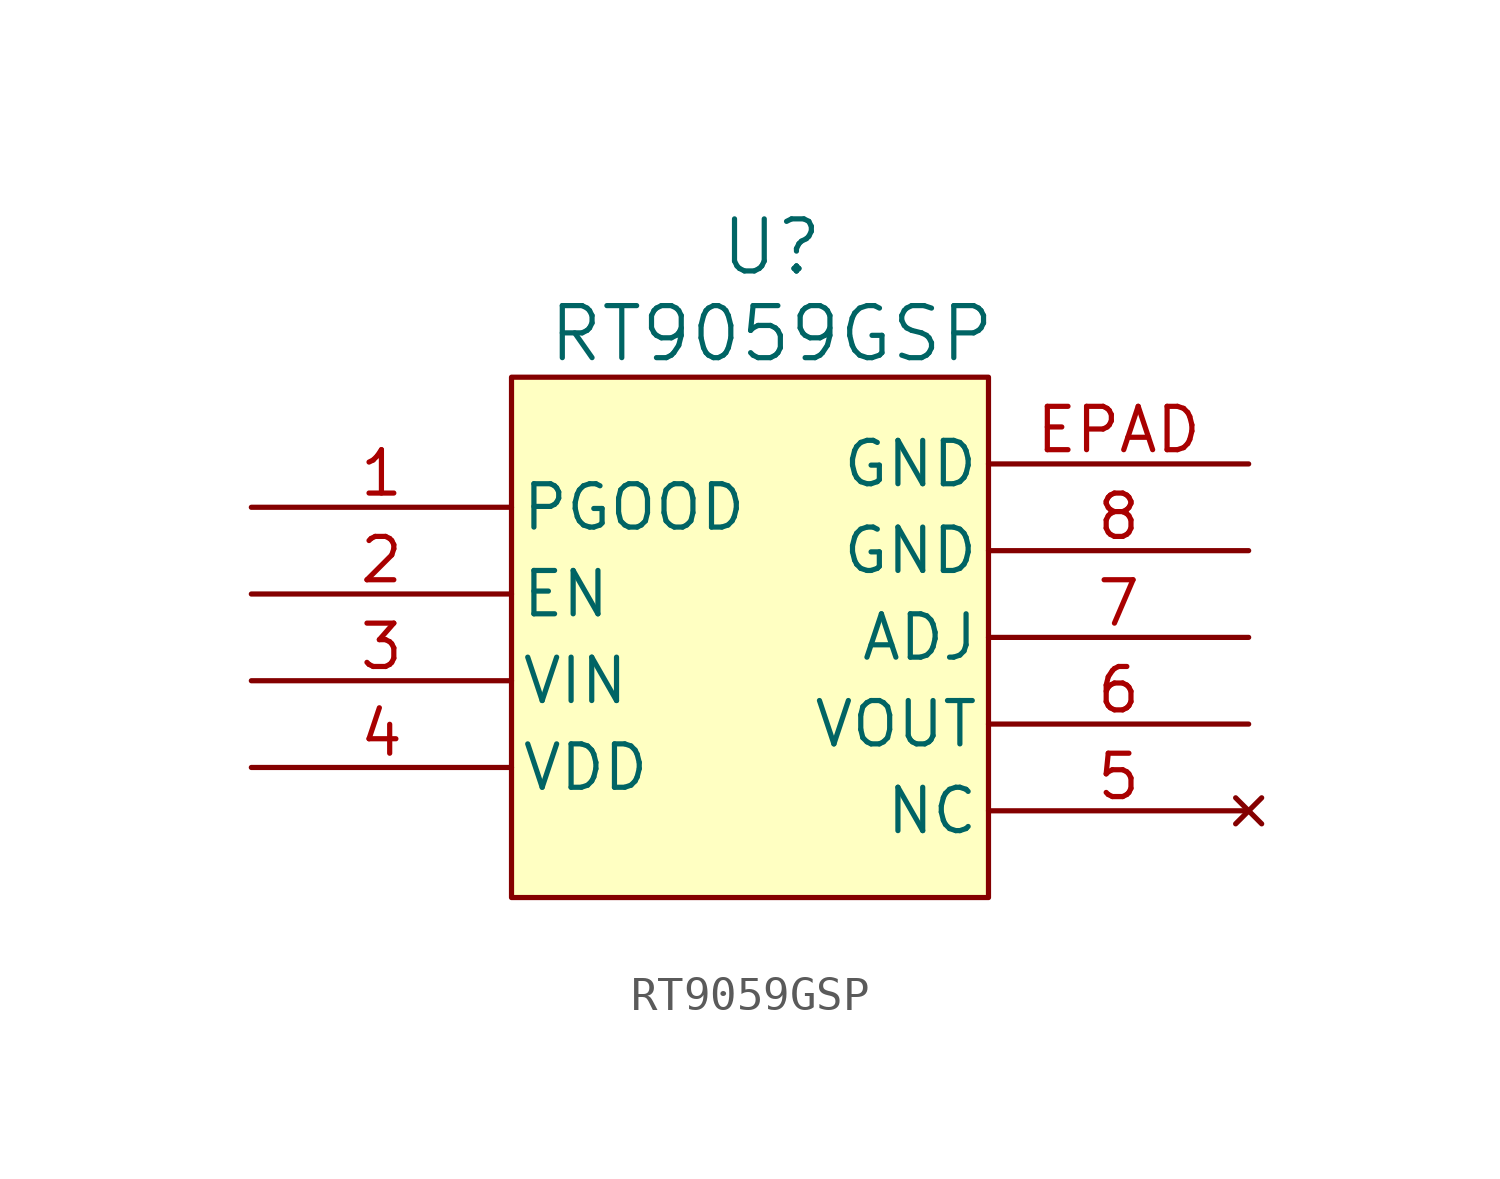
<source format=kicad_sym>
(kicad_symbol_lib
  (version 20220914)
  (generator kicad_symbol_editor)
  (symbol "RT9059GSP"
    (pin_names
      (offset 0.254))
    (property "Reference" "U"
      (at 20.32 10.16 0)
      (effects (font (size 1.524 1.524))))
    (property "Value" "RT9059GSP"
      (at 20.32 7.62 0)
      (effects (font (size 1.524 1.524))))
    (property "ki_locked" ""
      (at 0 0 0)
      (effects (font (size 1.27 1.27))))
    (symbol "RT9059GSP_0_1"
      (pin output line (at 5.08 2.54 0) (length 7.62) (name "PGOOD" (effects (font (size 1.27 1.27)))) (number "1" (effects (font (size 1.27 1.27)))))
      (pin input line (at 5.08 0 0) (length 7.62) (name "EN" (effects (font (size 1.27 1.27)))) (number "2" (effects (font (size 1.27 1.27)))))
      (pin power_in line (at 5.08 -2.54 0) (length 7.62) (name "VIN" (effects (font (size 1.27 1.27)))) (number "3" (effects (font (size 1.27 1.27)))))
      (pin power_in line (at 5.08 -5.08 0) (length 7.62) (name "VDD" (effects (font (size 1.27 1.27)))) (number "4" (effects (font (size 1.27 1.27)))))
      (pin no_connect line (at 34.29 -6.35 180) (length 7.62) (name "NC" (effects (font (size 1.27 1.27)))) (number "5" (effects (font (size 1.27 1.27)))))
      (pin input line (at 34.29 -1.27 180) (length 7.62) (name "ADJ" (effects (font (size 1.27 1.27)))) (number "7" (effects (font (size 1.27 1.27)))))
      (pin power_out line (at 34.29 1.27 180) (length 7.62) (name "GND" (effects (font (size 1.27 1.27)))) (number "8" (effects (font (size 1.27 1.27)))))
      (pin power_out line (at 34.29 3.81 180) (length 7.62) (name "GND" (effects (font (size 1.27 1.27)))) (number "EPAD" (effects (font (size 1.27 1.27))))))
    (symbol "RT9059GSP_1_1"
      (rectangle (start 12.7 6.35) (end 26.67 -8.89) (stroke (width 0) (type default)) (fill (type background)))
      (pin power_out line (at 34.29 -3.81 180) (length 7.62) (name "VOUT" (effects (font (size 1.27 1.27)))) (number "6" (effects (font (size 1.27 1.27))))))))
</source>
